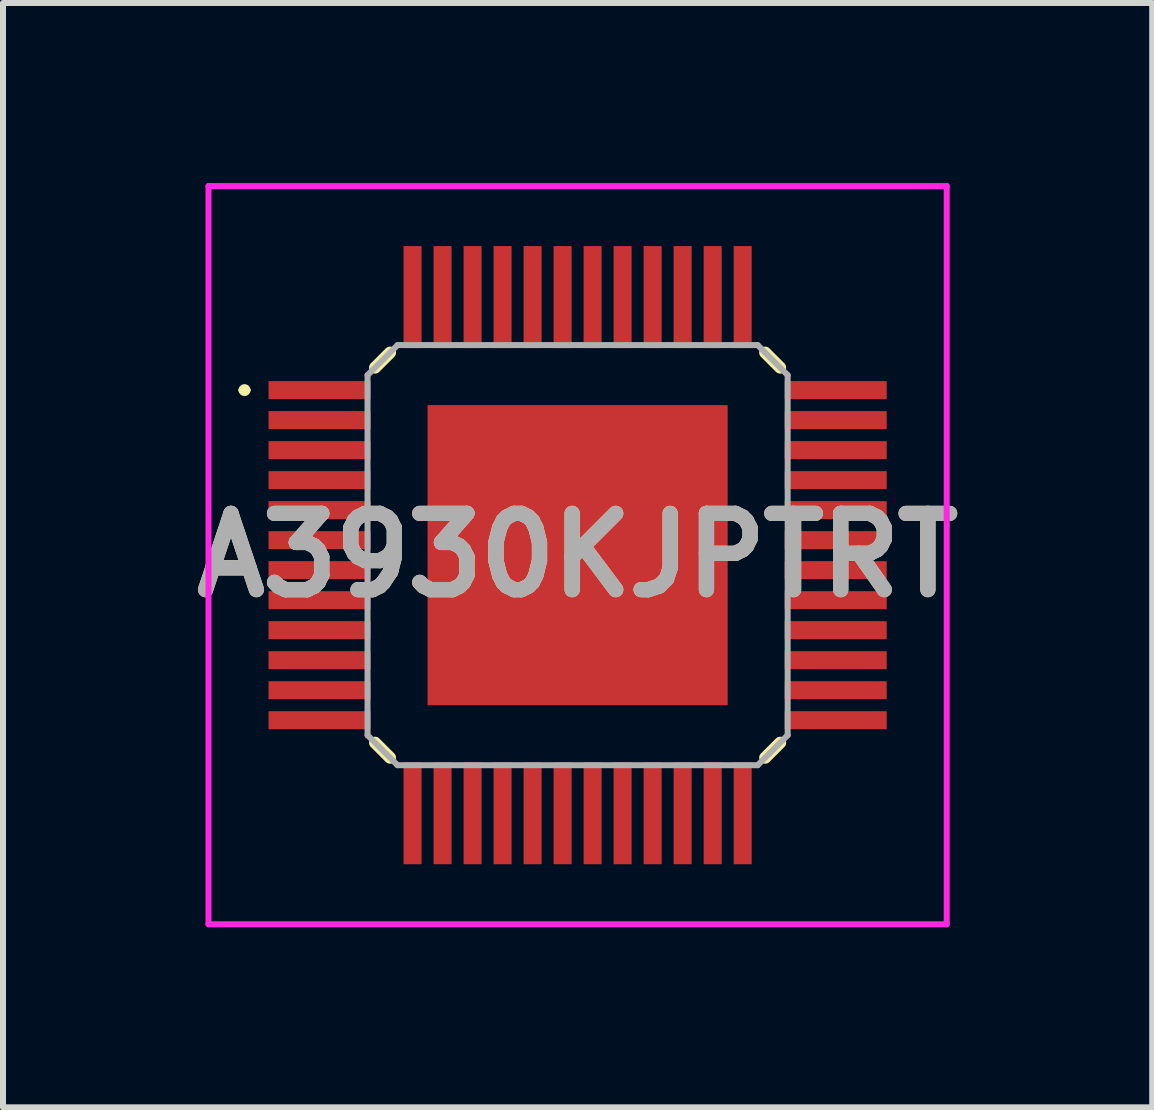
<source format=kicad_pcb>
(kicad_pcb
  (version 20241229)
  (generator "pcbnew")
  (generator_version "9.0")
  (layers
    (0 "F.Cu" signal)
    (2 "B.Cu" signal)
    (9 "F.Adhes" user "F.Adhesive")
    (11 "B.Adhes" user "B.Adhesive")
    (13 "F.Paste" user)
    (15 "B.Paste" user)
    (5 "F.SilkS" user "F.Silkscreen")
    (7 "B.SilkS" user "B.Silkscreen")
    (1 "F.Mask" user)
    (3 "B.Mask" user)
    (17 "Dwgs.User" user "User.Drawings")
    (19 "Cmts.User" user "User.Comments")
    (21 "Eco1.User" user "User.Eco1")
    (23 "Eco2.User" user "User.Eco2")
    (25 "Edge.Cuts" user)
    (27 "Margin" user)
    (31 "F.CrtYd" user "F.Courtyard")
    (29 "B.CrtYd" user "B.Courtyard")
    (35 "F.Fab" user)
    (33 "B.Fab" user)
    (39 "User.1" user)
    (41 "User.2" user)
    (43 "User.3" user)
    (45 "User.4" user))
  (footprint "A3930KJPTRT"
    (layer "F.Cu")
    (at 6.574 6.2)
    (property "Reference" "A3930KJPTRT" (at 0 0 0) (layer "F.SilkS") (effects (font (size 1.27 1.27) (thickness 0.254))))
    (attr smd)
    (fp_line (start -5.6 -2.75) (end -5.6 -2.75) (stroke (width 0.1) (type solid)) (layer "F.SilkS"))
    (fp_line (start -5.5 -2.75) (end -5.5 -2.75) (stroke (width 0.1) (type solid)) (layer "F.SilkS"))
    (fp_line (start -3.375 -3.125) (end -3.125 -3.375) (stroke (width 0.2) (type solid)) (layer "F.SilkS"))
    (fp_line (start -3.375 3.125) (end -3.125 3.375) (stroke (width 0.2) (type solid)) (layer "F.SilkS"))
    (fp_line (start 3.125 -3.375) (end 3.375 -3.125) (stroke (width 0.2) (type solid)) (layer "F.SilkS"))
    (fp_line (start 3.125 3.375) (end 3.375 3.125) (stroke (width 0.2) (type solid)) (layer "F.SilkS"))
    (fp_arc (start -5.6 -2.75) (mid -5.55 -2.8) (end -5.5 -2.75) (stroke (width 0.1) (type solid)) (layer "F.SilkS"))
    (fp_arc (start -5.5 -2.75) (mid -5.55 -2.7) (end -5.6 -2.75) (stroke (width 0.1) (type solid)) (layer "F.SilkS"))
    (fp_line (start -6.15 -6.15) (end 6.15 -6.15) (stroke (width 0.1) (type solid)) (layer "F.CrtYd"))
    (fp_line (start -6.15 6.15) (end -6.15 -6.15) (stroke (width 0.1) (type solid)) (layer "F.CrtYd"))
    (fp_line (start 6.15 -6.15) (end 6.15 6.15) (stroke (width 0.1) (type solid)) (layer "F.CrtYd"))
    (fp_line (start 6.15 6.15) (end -6.15 6.15) (stroke (width 0.1) (type solid)) (layer "F.CrtYd"))
    (fp_line (start -3.5 -3) (end -3 -3.5) (stroke (width 0.1) (type solid)) (layer "F.Fab"))
    (fp_line (start -3.5 3) (end -3.5 -3) (stroke (width 0.1) (type solid)) (layer "F.Fab"))
    (fp_line (start -3 -3.5) (end 3 -3.5) (stroke (width 0.1) (type solid)) (layer "F.Fab"))
    (fp_line (start -3 3.5) (end -3.5 3) (stroke (width 0.1) (type solid)) (layer "F.Fab"))
    (fp_line (start 3 -3.5) (end 3.5 -3) (stroke (width 0.1) (type solid)) (layer "F.Fab"))
    (fp_line (start 3 3.5) (end -3 3.5) (stroke (width 0.1) (type solid)) (layer "F.Fab"))
    (fp_line (start 3.5 -3) (end 3.5 3) (stroke (width 0.1) (type solid)) (layer "F.Fab"))
    (fp_line (start 3.5 3) (end 3 3.5) (stroke (width 0.1) (type solid)) (layer "F.Fab"))
    (fp_text user "${REFERENCE}" (at 0 0 0) (layer "F.Fab") (effects (font (size 1.27 1.27) (thickness 0.254))))
    (pad "1" smd rect (at -4.3 -2.75 90) (size 0.3 1.7) (layers "F.Cu" "F.Mask" "F.Paste"))
    (pad "2" smd rect (at -4.3 -2.25 90) (size 0.3 1.7) (layers "F.Cu" "F.Mask" "F.Paste"))
    (pad "3" smd rect (at -4.3 -1.75 90) (size 0.3 1.7) (layers "F.Cu" "F.Mask" "F.Paste"))
    (pad "4" smd rect (at -4.3 -1.25 90) (size 0.3 1.7) (layers "F.Cu" "F.Mask" "F.Paste"))
    (pad "5" smd rect (at -4.3 -0.75 90) (size 0.3 1.7) (layers "F.Cu" "F.Mask" "F.Paste"))
    (pad "6" smd rect (at -4.3 -0.25 90) (size 0.3 1.7) (layers "F.Cu" "F.Mask" "F.Paste"))
    (pad "7" smd rect (at -4.3 0.25 90) (size 0.3 1.7) (layers "F.Cu" "F.Mask" "F.Paste"))
    (pad "8" smd rect (at -4.3 0.75 90) (size 0.3 1.7) (layers "F.Cu" "F.Mask" "F.Paste"))
    (pad "9" smd rect (at -4.3 1.25 90) (size 0.3 1.7) (layers "F.Cu" "F.Mask" "F.Paste"))
    (pad "10" smd rect (at -4.3 1.75 90) (size 0.3 1.7) (layers "F.Cu" "F.Mask" "F.Paste"))
    (pad "11" smd rect (at -4.3 2.25 90) (size 0.3 1.7) (layers "F.Cu" "F.Mask" "F.Paste"))
    (pad "12" smd rect (at -4.3 2.75 90) (size 0.3 1.7) (layers "F.Cu" "F.Mask" "F.Paste"))
    (pad "13" smd rect (at -2.75 4.3) (size 0.3 1.7) (layers "F.Cu" "F.Mask" "F.Paste"))
    (pad "14" smd rect (at -2.25 4.3) (size 0.3 1.7) (layers "F.Cu" "F.Mask" "F.Paste"))
    (pad "15" smd rect (at -1.75 4.3) (size 0.3 1.7) (layers "F.Cu" "F.Mask" "F.Paste"))
    (pad "16" smd rect (at -1.25 4.3) (size 0.3 1.7) (layers "F.Cu" "F.Mask" "F.Paste"))
    (pad "17" smd rect (at -0.75 4.3) (size 0.3 1.7) (layers "F.Cu" "F.Mask" "F.Paste"))
    (pad "18" smd rect (at -0.25 4.3) (size 0.3 1.7) (layers "F.Cu" "F.Mask" "F.Paste"))
    (pad "19" smd rect (at 0.25 4.3) (size 0.3 1.7) (layers "F.Cu" "F.Mask" "F.Paste"))
    (pad "20" smd rect (at 0.75 4.3) (size 0.3 1.7) (layers "F.Cu" "F.Mask" "F.Paste"))
    (pad "21" smd rect (at 1.25 4.3) (size 0.3 1.7) (layers "F.Cu" "F.Mask" "F.Paste"))
    (pad "22" smd rect (at 1.75 4.3) (size 0.3 1.7) (layers "F.Cu" "F.Mask" "F.Paste"))
    (pad "23" smd rect (at 2.25 4.3) (size 0.3 1.7) (layers "F.Cu" "F.Mask" "F.Paste"))
    (pad "24" smd rect (at 2.75 4.3) (size 0.3 1.7) (layers "F.Cu" "F.Mask" "F.Paste"))
    (pad "25" smd rect (at 4.3 2.75 90) (size 0.3 1.7) (layers "F.Cu" "F.Mask" "F.Paste"))
    (pad "26" smd rect (at 4.3 2.25 90) (size 0.3 1.7) (layers "F.Cu" "F.Mask" "F.Paste"))
    (pad "27" smd rect (at 4.3 1.75 90) (size 0.3 1.7) (layers "F.Cu" "F.Mask" "F.Paste"))
    (pad "28" smd rect (at 4.3 1.25 90) (size 0.3 1.7) (layers "F.Cu" "F.Mask" "F.Paste"))
    (pad "29" smd rect (at 4.3 0.75 90) (size 0.3 1.7) (layers "F.Cu" "F.Mask" "F.Paste"))
    (pad "30" smd rect (at 4.3 0.25 90) (size 0.3 1.7) (layers "F.Cu" "F.Mask" "F.Paste"))
    (pad "31" smd rect (at 4.3 -0.25 90) (size 0.3 1.7) (layers "F.Cu" "F.Mask" "F.Paste"))
    (pad "32" smd rect (at 4.3 -0.75 90) (size 0.3 1.7) (layers "F.Cu" "F.Mask" "F.Paste"))
    (pad "33" smd rect (at 4.3 -1.25 90) (size 0.3 1.7) (layers "F.Cu" "F.Mask" "F.Paste"))
    (pad "34" smd rect (at 4.3 -1.75 90) (size 0.3 1.7) (layers "F.Cu" "F.Mask" "F.Paste"))
    (pad "35" smd rect (at 4.3 -2.25 90) (size 0.3 1.7) (layers "F.Cu" "F.Mask" "F.Paste"))
    (pad "36" smd rect (at 4.3 -2.75 90) (size 0.3 1.7) (layers "F.Cu" "F.Mask" "F.Paste"))
    (pad "37" smd rect (at 2.75 -4.3) (size 0.3 1.7) (layers "F.Cu" "F.Mask" "F.Paste"))
    (pad "38" smd rect (at 2.25 -4.3) (size 0.3 1.7) (layers "F.Cu" "F.Mask" "F.Paste"))
    (pad "39" smd rect (at 1.75 -4.3) (size 0.3 1.7) (layers "F.Cu" "F.Mask" "F.Paste"))
    (pad "40" smd rect (at 1.25 -4.3) (size 0.3 1.7) (layers "F.Cu" "F.Mask" "F.Paste"))
    (pad "41" smd rect (at 0.75 -4.3) (size 0.3 1.7) (layers "F.Cu" "F.Mask" "F.Paste"))
    (pad "42" smd rect (at 0.25 -4.3) (size 0.3 1.7) (layers "F.Cu" "F.Mask" "F.Paste"))
    (pad "43" smd rect (at -0.25 -4.3) (size 0.3 1.7) (layers "F.Cu" "F.Mask" "F.Paste"))
    (pad "44" smd rect (at -0.75 -4.3) (size 0.3 1.7) (layers "F.Cu" "F.Mask" "F.Paste"))
    (pad "45" smd rect (at -1.25 -4.3) (size 0.3 1.7) (layers "F.Cu" "F.Mask" "F.Paste"))
    (pad "46" smd rect (at -1.75 -4.3) (size 0.3 1.7) (layers "F.Cu" "F.Mask" "F.Paste"))
    (pad "47" smd rect (at -2.25 -4.3) (size 0.3 1.7) (layers "F.Cu" "F.Mask" "F.Paste"))
    (pad "48" smd rect (at -2.75 -4.3) (size 0.3 1.7) (layers "F.Cu" "F.Mask" "F.Paste"))
    (pad "49" smd rect (at 0 0) (size 5 5) (layers "F.Cu" "F.Mask" "F.Paste")))
  (gr_rect
    (start -3 -3)
    (end 16.148 15.4)
    (stroke (width 0.1) (type default))
    (fill no)
    (layer "Edge.Cuts")))
</source>
